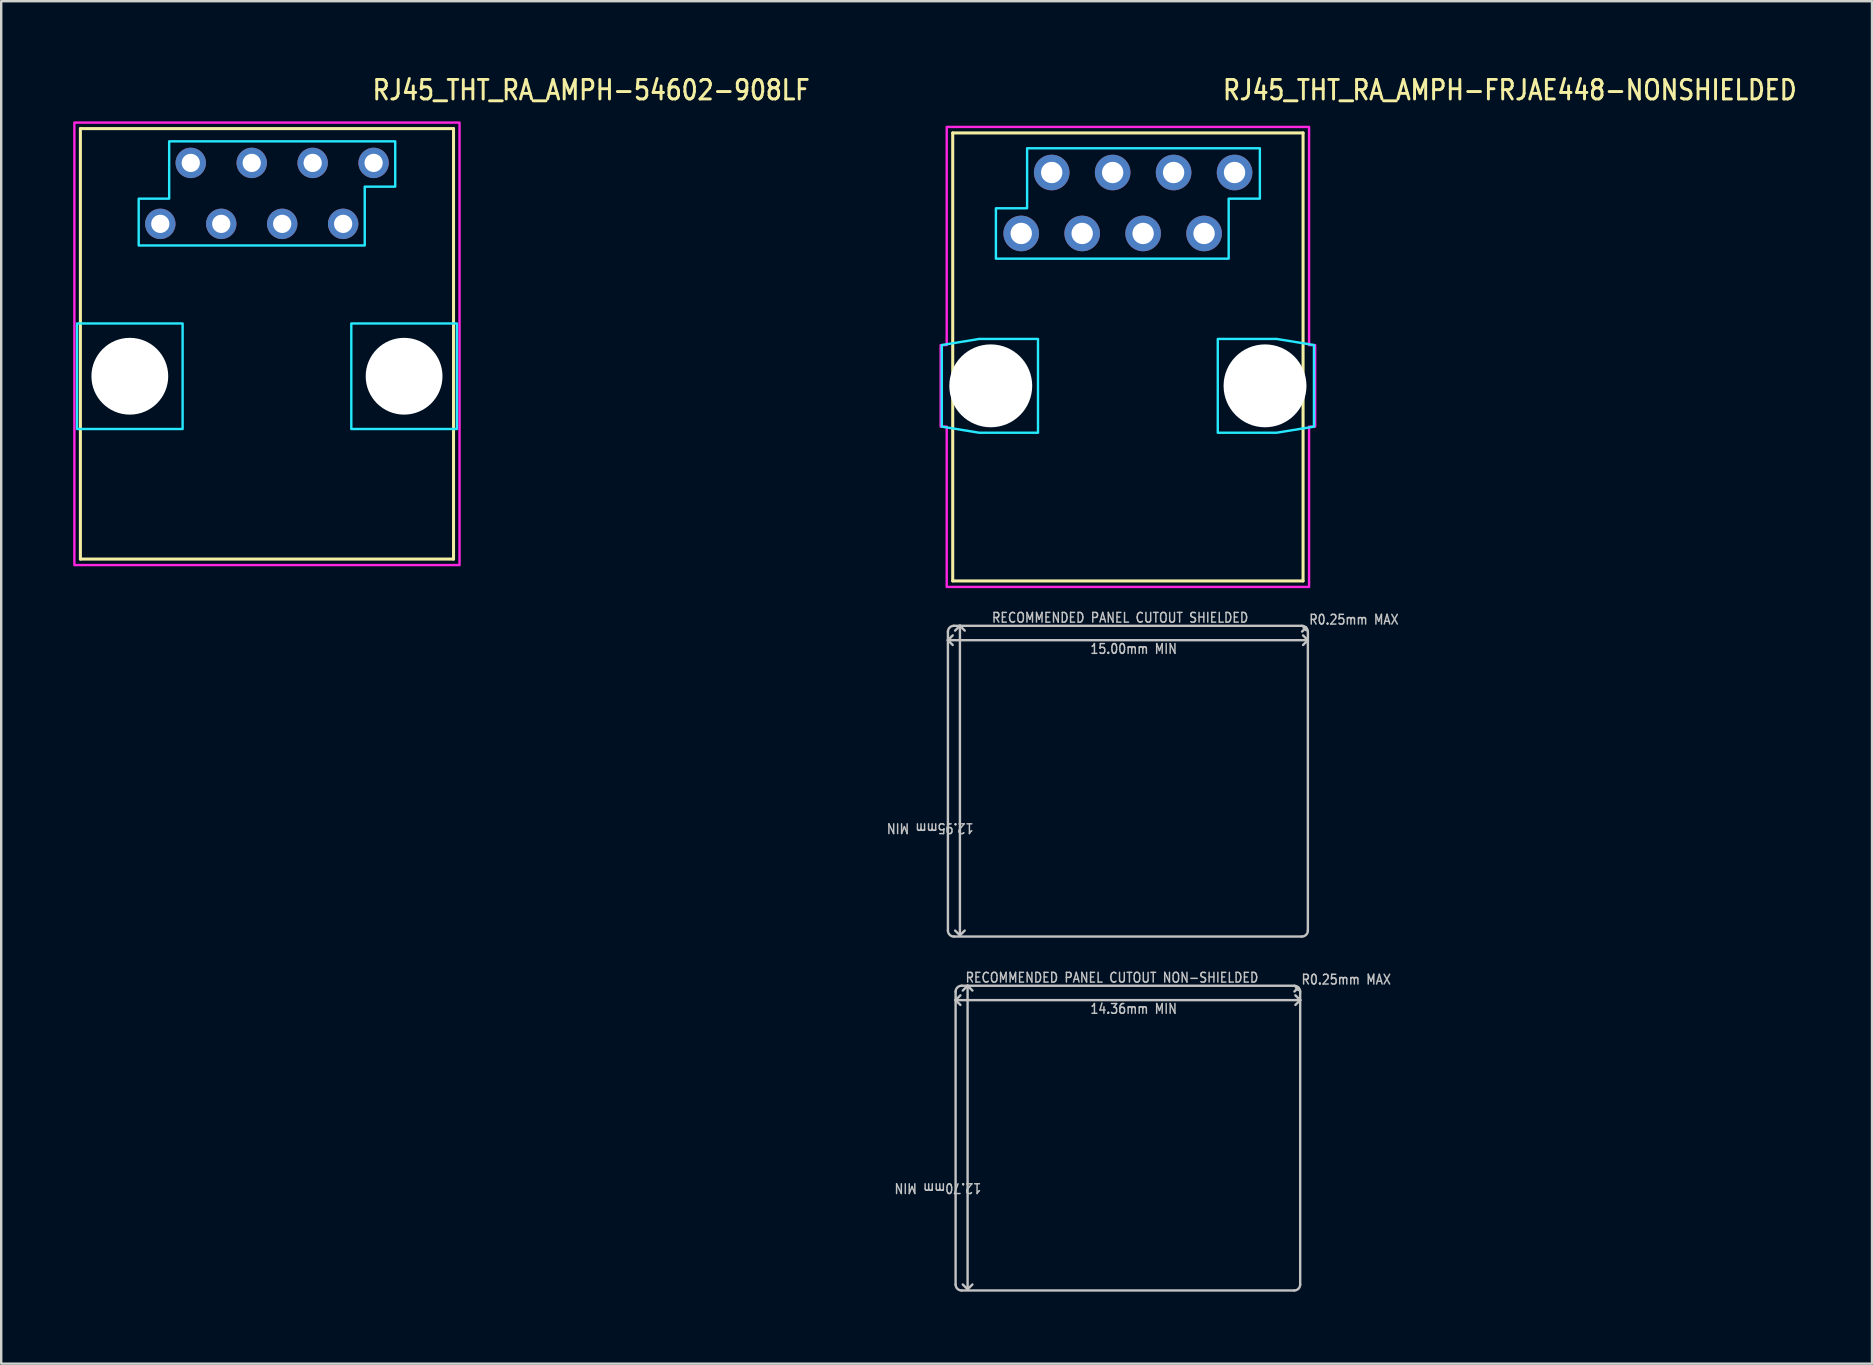
<source format=kicad_pcb>
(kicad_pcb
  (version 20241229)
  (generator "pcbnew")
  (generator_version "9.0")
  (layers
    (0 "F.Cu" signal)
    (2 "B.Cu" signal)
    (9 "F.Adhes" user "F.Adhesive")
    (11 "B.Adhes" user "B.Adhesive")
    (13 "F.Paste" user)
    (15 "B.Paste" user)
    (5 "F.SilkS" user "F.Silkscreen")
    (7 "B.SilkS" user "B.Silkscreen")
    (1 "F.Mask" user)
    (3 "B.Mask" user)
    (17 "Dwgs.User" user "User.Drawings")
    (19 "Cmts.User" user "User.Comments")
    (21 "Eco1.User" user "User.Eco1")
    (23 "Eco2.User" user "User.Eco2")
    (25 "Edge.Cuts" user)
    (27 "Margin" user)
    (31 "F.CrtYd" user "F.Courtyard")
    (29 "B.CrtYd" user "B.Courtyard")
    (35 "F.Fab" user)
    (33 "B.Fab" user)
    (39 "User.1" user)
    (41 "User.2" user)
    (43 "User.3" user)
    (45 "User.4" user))
  (footprint "RJ45_THT_RA_AMPH-54602-908LF"
    (layer "F.Cu")
    (at 8.075 12.629)
    (property "Reference" "RJ45_THT_RA_AMPH-54602-908LF" (at 4.33 -11.45 0) (unlocked yes) (layer "F.SilkS") (effects (font (size 0.813 0.695) (thickness 0.122)) (justify left bottom)))
    (fp_line (start -7.775 -10.32) (end 7.775 -10.32) (stroke (width 0.127) (type solid)) (layer "F.SilkS"))
    (fp_line (start -7.775 7.62) (end -7.775 -10.32) (stroke (width 0.127) (type solid)) (layer "F.SilkS"))
    (fp_line (start 7.775 -10.32) (end 7.775 7.62) (stroke (width 0.127) (type solid)) (layer "F.SilkS"))
    (fp_line (start 7.775 7.62) (end -7.775 7.62) (stroke (width 0.127) (type solid)) (layer "F.SilkS"))
    (fp_poly (pts (xy -7.915 -2.2) (xy -7.915 2.2) (xy -3.515 2.2) (xy -3.515 -2.2)) (stroke (width 0.1) (type solid)) (fill no) (layer "B.CrtYd"))
    (fp_poly (pts (xy 3.515 -2.2) (xy 3.515 2.2) (xy 7.915 2.2) (xy 7.915 -2.2)) (stroke (width 0.1) (type solid)) (fill no) (layer "B.CrtYd"))
    (fp_poly (pts (xy -5.345 -5.45) (xy 4.075 -5.45) (xy 4.075 -7.9) (xy 5.345 -7.9) (xy 5.345 -9.79) (xy -4.075 -9.79) (xy -4.075 -7.4) (xy -5.345 -7.4)) (stroke (width 0.1) (type solid)) (fill no) (layer "B.CrtYd"))
    (fp_poly (pts (xy -8.025 -10.57) (xy 8.025 -10.57) (xy 8.025 7.87) (xy -8.025 7.87)) (stroke (width 0.1) (type solid)) (fill no) (layer "F.CrtYd"))
    (pad "" np_thru_hole circle (at -5.715 0) (size 3.2 3.2) (drill 3.2) (layers "*.Cu" "*.Mask"))
    (pad "" np_thru_hole circle (at 5.715 0) (size 3.2 3.2) (drill 3.2) (layers "*.Cu" "*.Mask"))
    (pad "1" thru_hole oval (at -4.445 -6.35) (size 1.267 1.267) (drill 0.76) (layers "*.Cu" "*.Mask"))
    (pad "2" thru_hole oval (at -3.175 -8.89) (size 1.267 1.267) (drill 0.76) (layers "*.Cu" "*.Mask"))
    (pad "3" thru_hole oval (at -1.905 -6.35) (size 1.267 1.267) (drill 0.76) (layers "*.Cu" "*.Mask"))
    (pad "4" thru_hole oval (at -0.635 -8.89) (size 1.267 1.267) (drill 0.76) (layers "*.Cu" "*.Mask"))
    (pad "5" thru_hole oval (at 0.635 -6.35) (size 1.267 1.267) (drill 0.76) (layers "*.Cu" "*.Mask"))
    (pad "6" thru_hole oval (at 1.905 -8.89) (size 1.267 1.267) (drill 0.76) (layers "*.Cu" "*.Mask"))
    (pad "7" thru_hole oval (at 3.175 -6.35) (size 1.267 1.267) (drill 0.76) (layers "*.Cu" "*.Mask"))
    (pad "8" thru_hole oval (at 4.445 -8.89) (size 1.267 1.267) (drill 0.76) (layers "*.Cu" "*.Mask")))
  (footprint "RJ45_THT_RA_AMPH-FRJAE448-NONSHIELDED"
    (layer "F.Cu")
    (at 43.953 13.029)
    (property "Reference" "RJ45_THT_RA_AMPH-FRJAE448-NONSHIELDED" (at 3.89 -11.85 0) (unlocked yes) (layer "F.SilkS") (effects (font (size 0.813 0.695) (thickness 0.122)) (justify left bottom)))
    (fp_line (start -7.3 -10.54) (end 7.3 -10.54) (stroke (width 0.127) (type solid)) (layer "F.SilkS"))
    (fp_line (start -7.3 8.13) (end -7.3 -10.54) (stroke (width 0.127) (type solid)) (layer "F.SilkS"))
    (fp_line (start 7.3 -10.54) (end 7.3 8.13) (stroke (width 0.127) (type solid)) (layer "F.SilkS"))
    (fp_line (start 7.3 8.13) (end -7.3 8.13) (stroke (width 0.127) (type solid)) (layer "F.SilkS"))
    (fp_line (start -7.5 10.6) (end -7.5 10.25) (stroke (width 0.1) (type solid)) (layer "Dwgs.User"))
    (fp_line (start -7.5 10.6) (end -7.3 10.8) (stroke (width 0.1) (type solid)) (layer "Dwgs.User"))
    (fp_line (start -7.5 10.6) (end 7.5 10.6) (stroke (width 0.1) (type solid)) (layer "Dwgs.User"))
    (fp_line (start -7.5 22.7) (end -7.5 10.6) (stroke (width 0.1) (type solid)) (layer "Dwgs.User"))
    (fp_line (start -7.3 10.4) (end -7.5 10.6) (stroke (width 0.1) (type solid)) (layer "Dwgs.User"))
    (fp_line (start -7.25 10) (end -7 10) (stroke (width 0.1) (type solid)) (layer "Dwgs.User"))
    (fp_line (start -7.18 25.6) (end -7.18 25.25) (stroke (width 0.1) (type solid)) (layer "Dwgs.User"))
    (fp_line (start -7.18 25.6) (end -6.98 25.8) (stroke (width 0.1) (type solid)) (layer "Dwgs.User"))
    (fp_line (start -7.18 25.6) (end 7.18 25.6) (stroke (width 0.1) (type solid)) (layer "Dwgs.User"))
    (fp_line (start -7.18 37.45) (end -7.18 25.6) (stroke (width 0.1) (type solid)) (layer "Dwgs.User"))
    (fp_line (start -7 10) (end -7.2 10.2) (stroke (width 0.1) (type solid)) (layer "Dwgs.User"))
    (fp_line (start -7 10) (end -7 22.9) (stroke (width 0.1) (type solid)) (layer "Dwgs.User"))
    (fp_line (start -7 10) (end -6.8 10.2) (stroke (width 0.1) (type solid)) (layer "Dwgs.User"))
    (fp_line (start -7 10) (end 7.25 10) (stroke (width 0.1) (type solid)) (layer "Dwgs.User"))
    (fp_line (start -7 22.9) (end -7.2 22.7) (stroke (width 0.1) (type solid)) (layer "Dwgs.User"))
    (fp_line (start -7 22.9) (end -6.8 22.7) (stroke (width 0.1) (type solid)) (layer "Dwgs.User"))
    (fp_line (start -6.98 25.4) (end -7.18 25.6) (stroke (width 0.1) (type solid)) (layer "Dwgs.User"))
    (fp_line (start -6.93 25) (end -6.68 25) (stroke (width 0.1) (type solid)) (layer "Dwgs.User"))
    (fp_line (start -6.68 25) (end -6.88 25.2) (stroke (width 0.1) (type solid)) (layer "Dwgs.User"))
    (fp_line (start -6.68 25) (end -6.68 37.65) (stroke (width 0.1) (type solid)) (layer "Dwgs.User"))
    (fp_line (start -6.68 25) (end -6.48 25.2) (stroke (width 0.1) (type solid)) (layer "Dwgs.User"))
    (fp_line (start -6.68 25) (end 6.93 25) (stroke (width 0.1) (type solid)) (layer "Dwgs.User"))
    (fp_line (start -6.68 37.65) (end -6.88 37.45) (stroke (width 0.1) (type solid)) (layer "Dwgs.User"))
    (fp_line (start -6.68 37.65) (end -6.48 37.45) (stroke (width 0.1) (type solid)) (layer "Dwgs.User"))
    (fp_line (start 6.93 37.7) (end -6.93 37.7) (stroke (width 0.1) (type solid)) (layer "Dwgs.User"))
    (fp_line (start 6.94 25.24) (end 7.1 25.08) (stroke (width 0.1) (type solid)) (layer "Dwgs.User"))
    (fp_line (start 7.1 25.08) (end 7 25.08) (stroke (width 0.1) (type solid)) (layer "Dwgs.User"))
    (fp_line (start 7.1 25.08) (end 7.1 25.18) (stroke (width 0.1) (type solid)) (layer "Dwgs.User"))
    (fp_line (start 7.18 25.25) (end 7.18 25.6) (stroke (width 0.1) (type solid)) (layer "Dwgs.User"))
    (fp_line (start 7.18 25.6) (end 6.98 25.4) (stroke (width 0.1) (type solid)) (layer "Dwgs.User"))
    (fp_line (start 7.18 25.6) (end 6.98 25.8) (stroke (width 0.1) (type solid)) (layer "Dwgs.User"))
    (fp_line (start 7.18 25.6) (end 7.18 37.45) (stroke (width 0.1) (type solid)) (layer "Dwgs.User"))
    (fp_line (start 7.25 22.95) (end -7.25 22.95) (stroke (width 0.1) (type solid)) (layer "Dwgs.User"))
    (fp_line (start 7.26 10.24) (end 7.42 10.08) (stroke (width 0.1) (type solid)) (layer "Dwgs.User"))
    (fp_line (start 7.42 10.08) (end 7.32 10.08) (stroke (width 0.1) (type solid)) (layer "Dwgs.User"))
    (fp_line (start 7.42 10.08) (end 7.42 10.18) (stroke (width 0.1) (type solid)) (layer "Dwgs.User"))
    (fp_line (start 7.5 10.25) (end 7.5 10.6) (stroke (width 0.1) (type solid)) (layer "Dwgs.User"))
    (fp_line (start 7.5 10.6) (end 7.3 10.4) (stroke (width 0.1) (type solid)) (layer "Dwgs.User"))
    (fp_line (start 7.5 10.6) (end 7.3 10.8) (stroke (width 0.1) (type solid)) (layer "Dwgs.User"))
    (fp_line (start 7.5 10.6) (end 7.5 22.7) (stroke (width 0.1) (type solid)) (layer "Dwgs.User"))
    (fp_arc (start -7.5 10.25) (mid -7.426777 10.073223) (end -7.25 10) (stroke (width 0.1) (type solid)) (layer "Dwgs.User"))
    (fp_arc (start -7.25 22.95) (mid -7.426777 22.876777) (end -7.5 22.7) (stroke (width 0.1) (type solid)) (layer "Dwgs.User"))
    (fp_arc (start -7.18 25.25) (mid -7.106777 25.073223) (end -6.93 25) (stroke (width 0.1) (type solid)) (layer "Dwgs.User"))
    (fp_arc (start -6.93 37.7) (mid -7.106777 37.626777) (end -7.18 37.45) (stroke (width 0.1) (type solid)) (layer "Dwgs.User"))
    (fp_arc (start 6.93 25) (mid 7.106777 25.073223) (end 7.18 25.25) (stroke (width 0.1) (type solid)) (layer "Dwgs.User"))
    (fp_arc (start 7.18 37.45) (mid 7.106777 37.626777) (end 6.93 37.7) (stroke (width 0.1) (type solid)) (layer "Dwgs.User"))
    (fp_arc (start 7.25 10) (mid 7.426777 10.073223) (end 7.5 10.25) (stroke (width 0.1) (type solid)) (layer "Dwgs.User"))
    (fp_arc (start 7.5 22.7) (mid 7.426777 22.876777) (end 7.25 22.95) (stroke (width 0.1) (type solid)) (layer "Dwgs.User"))
    (fp_poly (pts (xy -6.2 -1.954) (xy -3.746 -1.954) (xy -3.746 1.954) (xy -6.2 1.954) (xy -7.754 1.7) (xy -7.754 -1.7)) (stroke (width 0.1) (type solid)) (fill no) (layer "B.CrtYd"))
    (fp_poly (pts (xy 6.2 1.954) (xy 3.746 1.954) (xy 3.746 -1.954) (xy 6.2 -1.954) (xy 7.754 -1.7) (xy 7.754 1.7)) (stroke (width 0.1) (type solid)) (fill no) (layer "B.CrtYd"))
    (fp_poly (pts (xy -4.2 -9.9) (xy 5.5 -9.9) (xy 5.5 -7.8) (xy 4.2 -7.8) (xy 4.2 -5.3) (xy -5.5 -5.3) (xy -5.5 -7.4) (xy -4.2 -7.4)) (stroke (width 0.1) (type solid)) (fill no) (layer "B.CrtYd"))
    (fp_poly (pts (xy -7.55 -10.79) (xy 7.55 -10.79) (xy 7.55 -1.7) (xy 7.804 -1.7) (xy 7.804 1.7) (xy 7.55 1.7) (xy 7.55 8.38) (xy -7.55 8.38) (xy -7.55 1.7) (xy -7.804 1.7) (xy -7.804 -1.7) (xy -7.55 -1.7)) (stroke (width 0.1) (type solid)) (fill no) (layer "F.CrtYd"))
    (fp_text user "R0.25mm MAX" (at 7.52 9.98 0) (unlocked yes) (layer "Dwgs.User") (effects (font (size 0.406 0.347) (thickness 0.061)) (justify left bottom)))
    (fp_text user "14.36mm MIN" (at -1.6 26.2 0) (unlocked yes) (layer "Dwgs.User") (effects (font (size 0.406 0.347) (thickness 0.061)) (justify left bottom)))
    (fp_text user "RECOMMENDED PANEL CUTOUT SHIELDED" (at -5.7 9.9 0) (unlocked yes) (layer "Dwgs.User") (effects (font (size 0.406 0.347) (thickness 0.061)) (justify left bottom)))
    (fp_text user "12.70mm MIN" (at -6.08 33.2 180) (unlocked yes) (layer "Dwgs.User") (effects (font (size 0.406 0.347) (thickness 0.061)) (justify left bottom)))
    (fp_text user "R0.25mm MAX" (at 7.2 24.98 0) (unlocked yes) (layer "Dwgs.User") (effects (font (size 0.406 0.347) (thickness 0.061)) (justify left bottom)))
    (fp_text user "RECOMMENDED PANEL CUTOUT NON-SHIELDED" (at -6.8 24.9 0) (unlocked yes) (layer "Dwgs.User") (effects (font (size 0.406 0.347) (thickness 0.061)) (justify left bottom)))
    (fp_text user "12.95mm MIN" (at -6.4 18.2 180) (unlocked yes) (layer "Dwgs.User") (effects (font (size 0.406 0.347) (thickness 0.061)) (justify left bottom)))
    (fp_text user "15.00mm MIN" (at -1.6 11.2 0) (unlocked yes) (layer "Dwgs.User") (effects (font (size 0.406 0.347) (thickness 0.061)) (justify left bottom)))
    (pad "" np_thru_hole circle (at -5.715 0) (size 3.454 3.454) (drill 3.454) (layers "*.Cu" "*.Mask"))
    (pad "" np_thru_hole circle (at 5.715 0) (size 3.454 3.454) (drill 3.454) (layers "*.Cu" "*.Mask"))
    (pad "1" thru_hole oval (at -4.445 -6.35) (size 1.483 1.483) (drill 0.89) (layers "*.Cu" "*.Mask"))
    (pad "2" thru_hole oval (at -3.175 -8.89) (size 1.483 1.483) (drill 0.89) (layers "*.Cu" "*.Mask"))
    (pad "3" thru_hole oval (at -1.905 -6.35) (size 1.483 1.483) (drill 0.89) (layers "*.Cu" "*.Mask"))
    (pad "4" thru_hole oval (at -0.635 -8.89) (size 1.483 1.483) (drill 0.89) (layers "*.Cu" "*.Mask"))
    (pad "5" thru_hole oval (at 0.635 -6.35) (size 1.483 1.483) (drill 0.89) (layers "*.Cu" "*.Mask"))
    (pad "6" thru_hole oval (at 1.905 -8.89) (size 1.483 1.483) (drill 0.89) (layers "*.Cu" "*.Mask"))
    (pad "7" thru_hole oval (at 3.175 -6.35) (size 1.483 1.483) (drill 0.89) (layers "*.Cu" "*.Mask"))
    (pad "8" thru_hole oval (at 4.445 -8.89) (size 1.483 1.483) (drill 0.89) (layers "*.Cu" "*.Mask")))
  (gr_rect
    (start -3 -3)
    (end 74.963 53.779)
    (stroke (width 0.1) (type default))
    (fill no)
    (layer "Edge.Cuts")))
</source>
